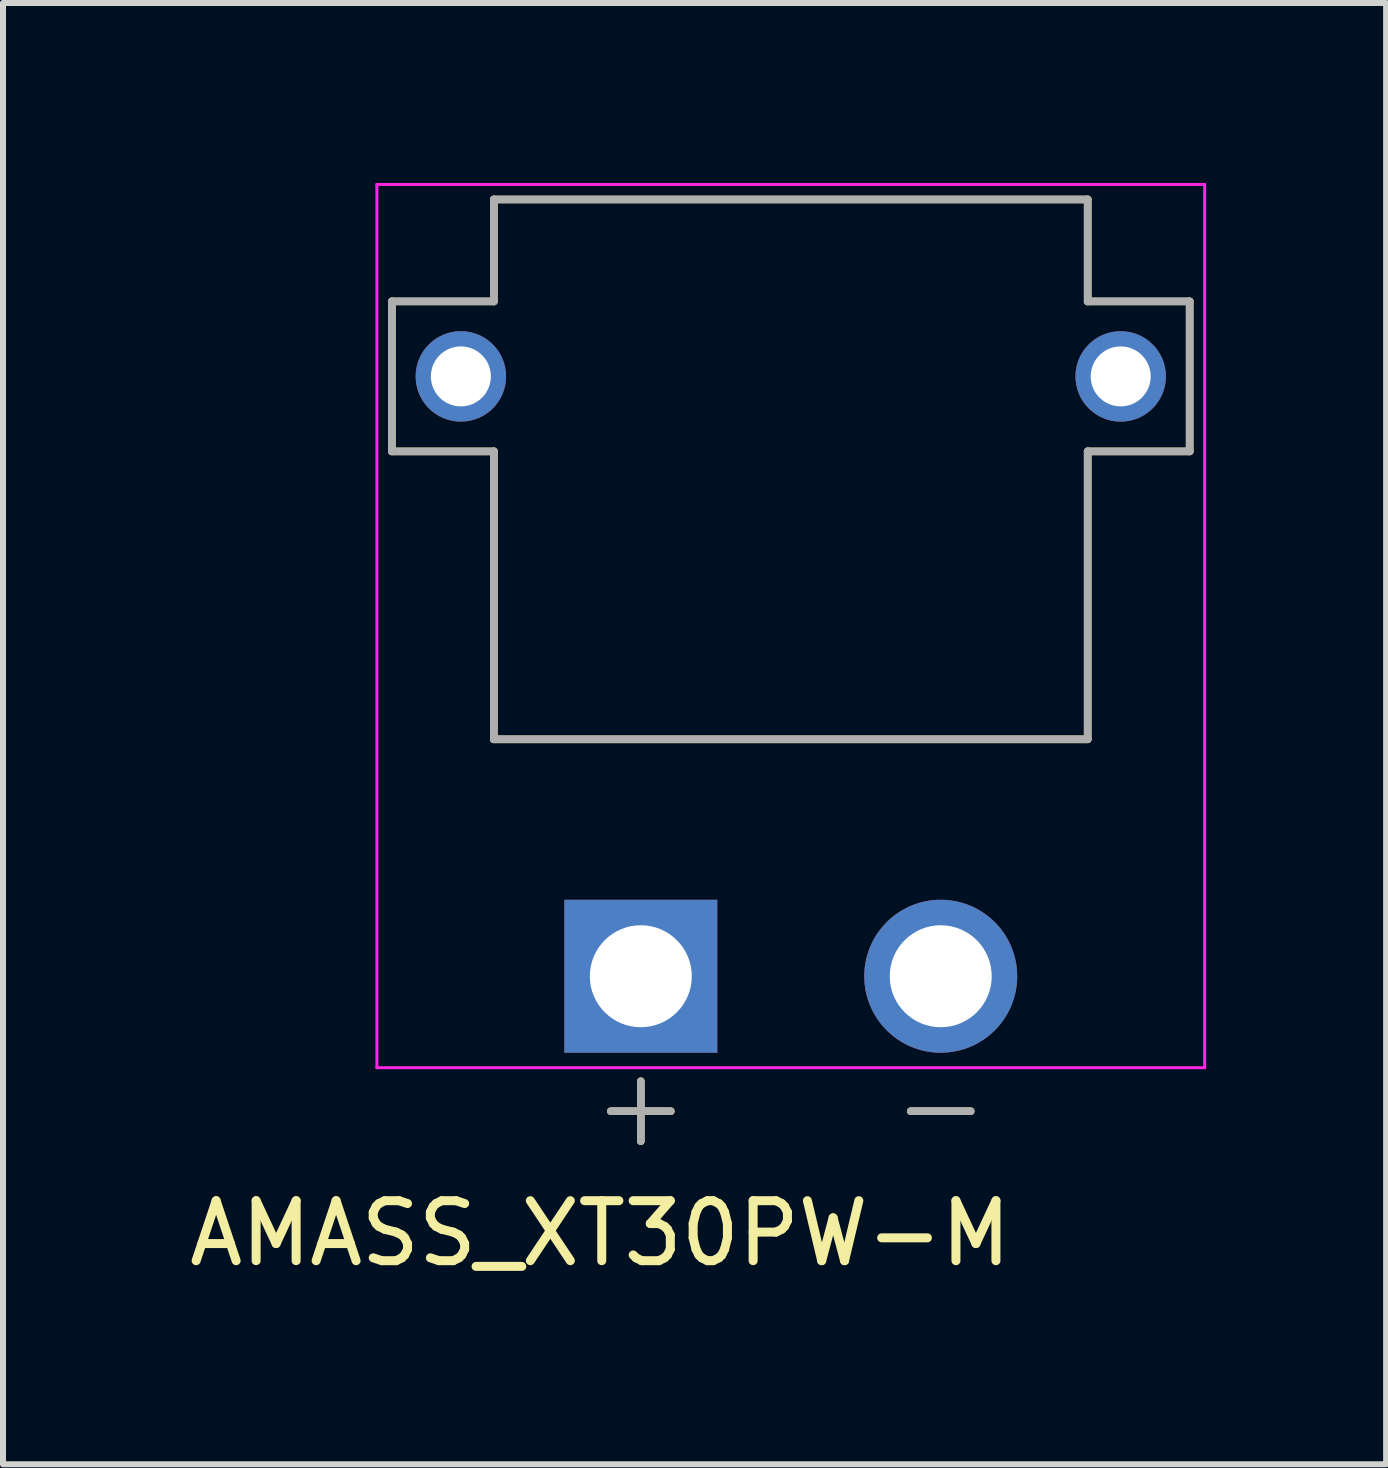
<source format=kicad_pcb>
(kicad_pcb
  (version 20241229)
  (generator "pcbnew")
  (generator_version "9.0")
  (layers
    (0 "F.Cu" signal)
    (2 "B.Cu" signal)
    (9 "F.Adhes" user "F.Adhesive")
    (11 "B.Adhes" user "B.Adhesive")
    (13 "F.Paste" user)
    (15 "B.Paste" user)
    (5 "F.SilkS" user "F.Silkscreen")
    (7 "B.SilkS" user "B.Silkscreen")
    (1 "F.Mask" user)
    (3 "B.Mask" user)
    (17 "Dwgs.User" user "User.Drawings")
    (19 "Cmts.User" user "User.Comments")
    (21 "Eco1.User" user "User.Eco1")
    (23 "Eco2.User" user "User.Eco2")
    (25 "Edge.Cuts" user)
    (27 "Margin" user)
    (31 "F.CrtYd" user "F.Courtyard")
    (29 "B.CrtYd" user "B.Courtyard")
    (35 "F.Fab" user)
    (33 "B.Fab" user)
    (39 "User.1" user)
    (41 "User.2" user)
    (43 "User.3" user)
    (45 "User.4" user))
  (footprint "AMASS_XT30PW-M"
    (layer "F.Cu")
    (at 10.133 3.225)
    (property "Reference" "AMASS_XT30PW-M" (at -3.175 14.287 0) (layer "F.SilkS") (effects (font (size 1 1) (thickness 0.15))))
    (attr through_hole)
    (fp_line (start -6.65 -1.25) (end -4.95 -1.25) (stroke (width 0.127) (type solid)) (layer "F.SilkS"))
    (fp_line (start -6.65 1.25) (end -6.65 -1.25) (stroke (width 0.127) (type solid)) (layer "F.SilkS"))
    (fp_line (start -4.95 -2.95) (end 4.95 -2.95) (stroke (width 0.127) (type solid)) (layer "F.SilkS"))
    (fp_line (start -4.95 -1.25) (end -4.95 -2.95) (stroke (width 0.127) (type solid)) (layer "F.SilkS"))
    (fp_line (start -4.95 1.25) (end -6.65 1.25) (stroke (width 0.127) (type solid)) (layer "F.SilkS"))
    (fp_line (start -4.95 6.05) (end -4.95 1.25) (stroke (width 0.127) (type solid)) (layer "F.SilkS"))
    (fp_line (start -3 12.25) (end -2 12.25) (stroke (width 0.127) (type solid)) (layer "F.SilkS"))
    (fp_line (start -2.5 12.75) (end -2.5 11.75) (stroke (width 0.127) (type solid)) (layer "F.SilkS"))
    (fp_line (start 2 12.25) (end 3 12.25) (stroke (width 0.127) (type solid)) (layer "F.SilkS"))
    (fp_line (start 4.95 -2.95) (end 4.95 -1.25) (stroke (width 0.127) (type solid)) (layer "F.SilkS"))
    (fp_line (start 4.95 -1.25) (end 6.65 -1.25) (stroke (width 0.127) (type solid)) (layer "F.SilkS"))
    (fp_line (start 4.95 1.25) (end 4.95 6.05) (stroke (width 0.127) (type solid)) (layer "F.SilkS"))
    (fp_line (start 4.95 6.05) (end -4.95 6.05) (stroke (width 0.127) (type solid)) (layer "F.SilkS"))
    (fp_line (start 6.65 -1.25) (end 6.65 1.25) (stroke (width 0.127) (type solid)) (layer "F.SilkS"))
    (fp_line (start 6.65 1.25) (end 4.95 1.25) (stroke (width 0.127) (type solid)) (layer "F.SilkS"))
    (fp_line (start -6.9 -3.2) (end -6.9 11.525) (stroke (width 0.05) (type solid)) (layer "F.CrtYd"))
    (fp_line (start -6.9 11.525) (end 6.9 11.525) (stroke (width 0.05) (type solid)) (layer "F.CrtYd"))
    (fp_line (start 6.9 -3.2) (end -6.9 -3.2) (stroke (width 0.05) (type solid)) (layer "F.CrtYd"))
    (fp_line (start 6.9 11.525) (end 6.9 -3.2) (stroke (width 0.05) (type solid)) (layer "F.CrtYd"))
    (fp_line (start -6.65 -1.25) (end -4.95 -1.25) (stroke (width 0.127) (type solid)) (layer "F.Fab"))
    (fp_line (start -6.65 1.25) (end -6.65 -1.25) (stroke (width 0.127) (type solid)) (layer "F.Fab"))
    (fp_line (start -4.95 -2.95) (end 4.95 -2.95) (stroke (width 0.127) (type solid)) (layer "F.Fab"))
    (fp_line (start -4.95 -1.25) (end -4.95 -2.95) (stroke (width 0.127) (type solid)) (layer "F.Fab"))
    (fp_line (start -4.95 1.25) (end -6.65 1.25) (stroke (width 0.127) (type solid)) (layer "F.Fab"))
    (fp_line (start -4.95 6.05) (end -4.95 1.25) (stroke (width 0.127) (type solid)) (layer "F.Fab"))
    (fp_line (start -3 12.25) (end -2 12.25) (stroke (width 0.127) (type solid)) (layer "F.Fab"))
    (fp_line (start -2.5 12.75) (end -2.5 11.75) (stroke (width 0.127) (type solid)) (layer "F.Fab"))
    (fp_line (start 2 12.25) (end 3 12.25) (stroke (width 0.127) (type solid)) (layer "F.Fab"))
    (fp_line (start 4.95 -2.95) (end 4.95 -1.25) (stroke (width 0.127) (type solid)) (layer "F.Fab"))
    (fp_line (start 4.95 -1.25) (end 6.65 -1.25) (stroke (width 0.127) (type solid)) (layer "F.Fab"))
    (fp_line (start 4.95 1.25) (end 4.95 6.05) (stroke (width 0.127) (type solid)) (layer "F.Fab"))
    (fp_line (start 4.95 6.05) (end -4.95 6.05) (stroke (width 0.127) (type solid)) (layer "F.Fab"))
    (fp_line (start 6.65 -1.25) (end 6.65 1.25) (stroke (width 0.127) (type solid)) (layer "F.Fab"))
    (fp_line (start 6.65 1.25) (end 4.95 1.25) (stroke (width 0.127) (type solid)) (layer "F.Fab"))
    (pad "" thru_hole circle (at -5.5 0) (size 1.508 1.508) (drill 1) (layers "*.Cu" "*.Mask"))
    (pad "" thru_hole circle (at 5.5 0) (size 1.508 1.508) (drill 1) (layers "*.Cu" "*.Mask"))
    (pad "N" thru_hole circle (at 2.5 10) (size 2.55 2.55) (drill 1.7) (layers "*.Cu" "*.Mask"))
    (pad "P" thru_hole rect (at -2.5 10) (size 2.55 2.55) (drill 1.7) (layers "*.Cu" "*.Mask")))
  (gr_rect
    (start -3 -3)
    (end 20.058 21.361)
    (stroke (width 0.1) (type default))
    (fill no)
    (layer "Edge.Cuts")))
</source>
